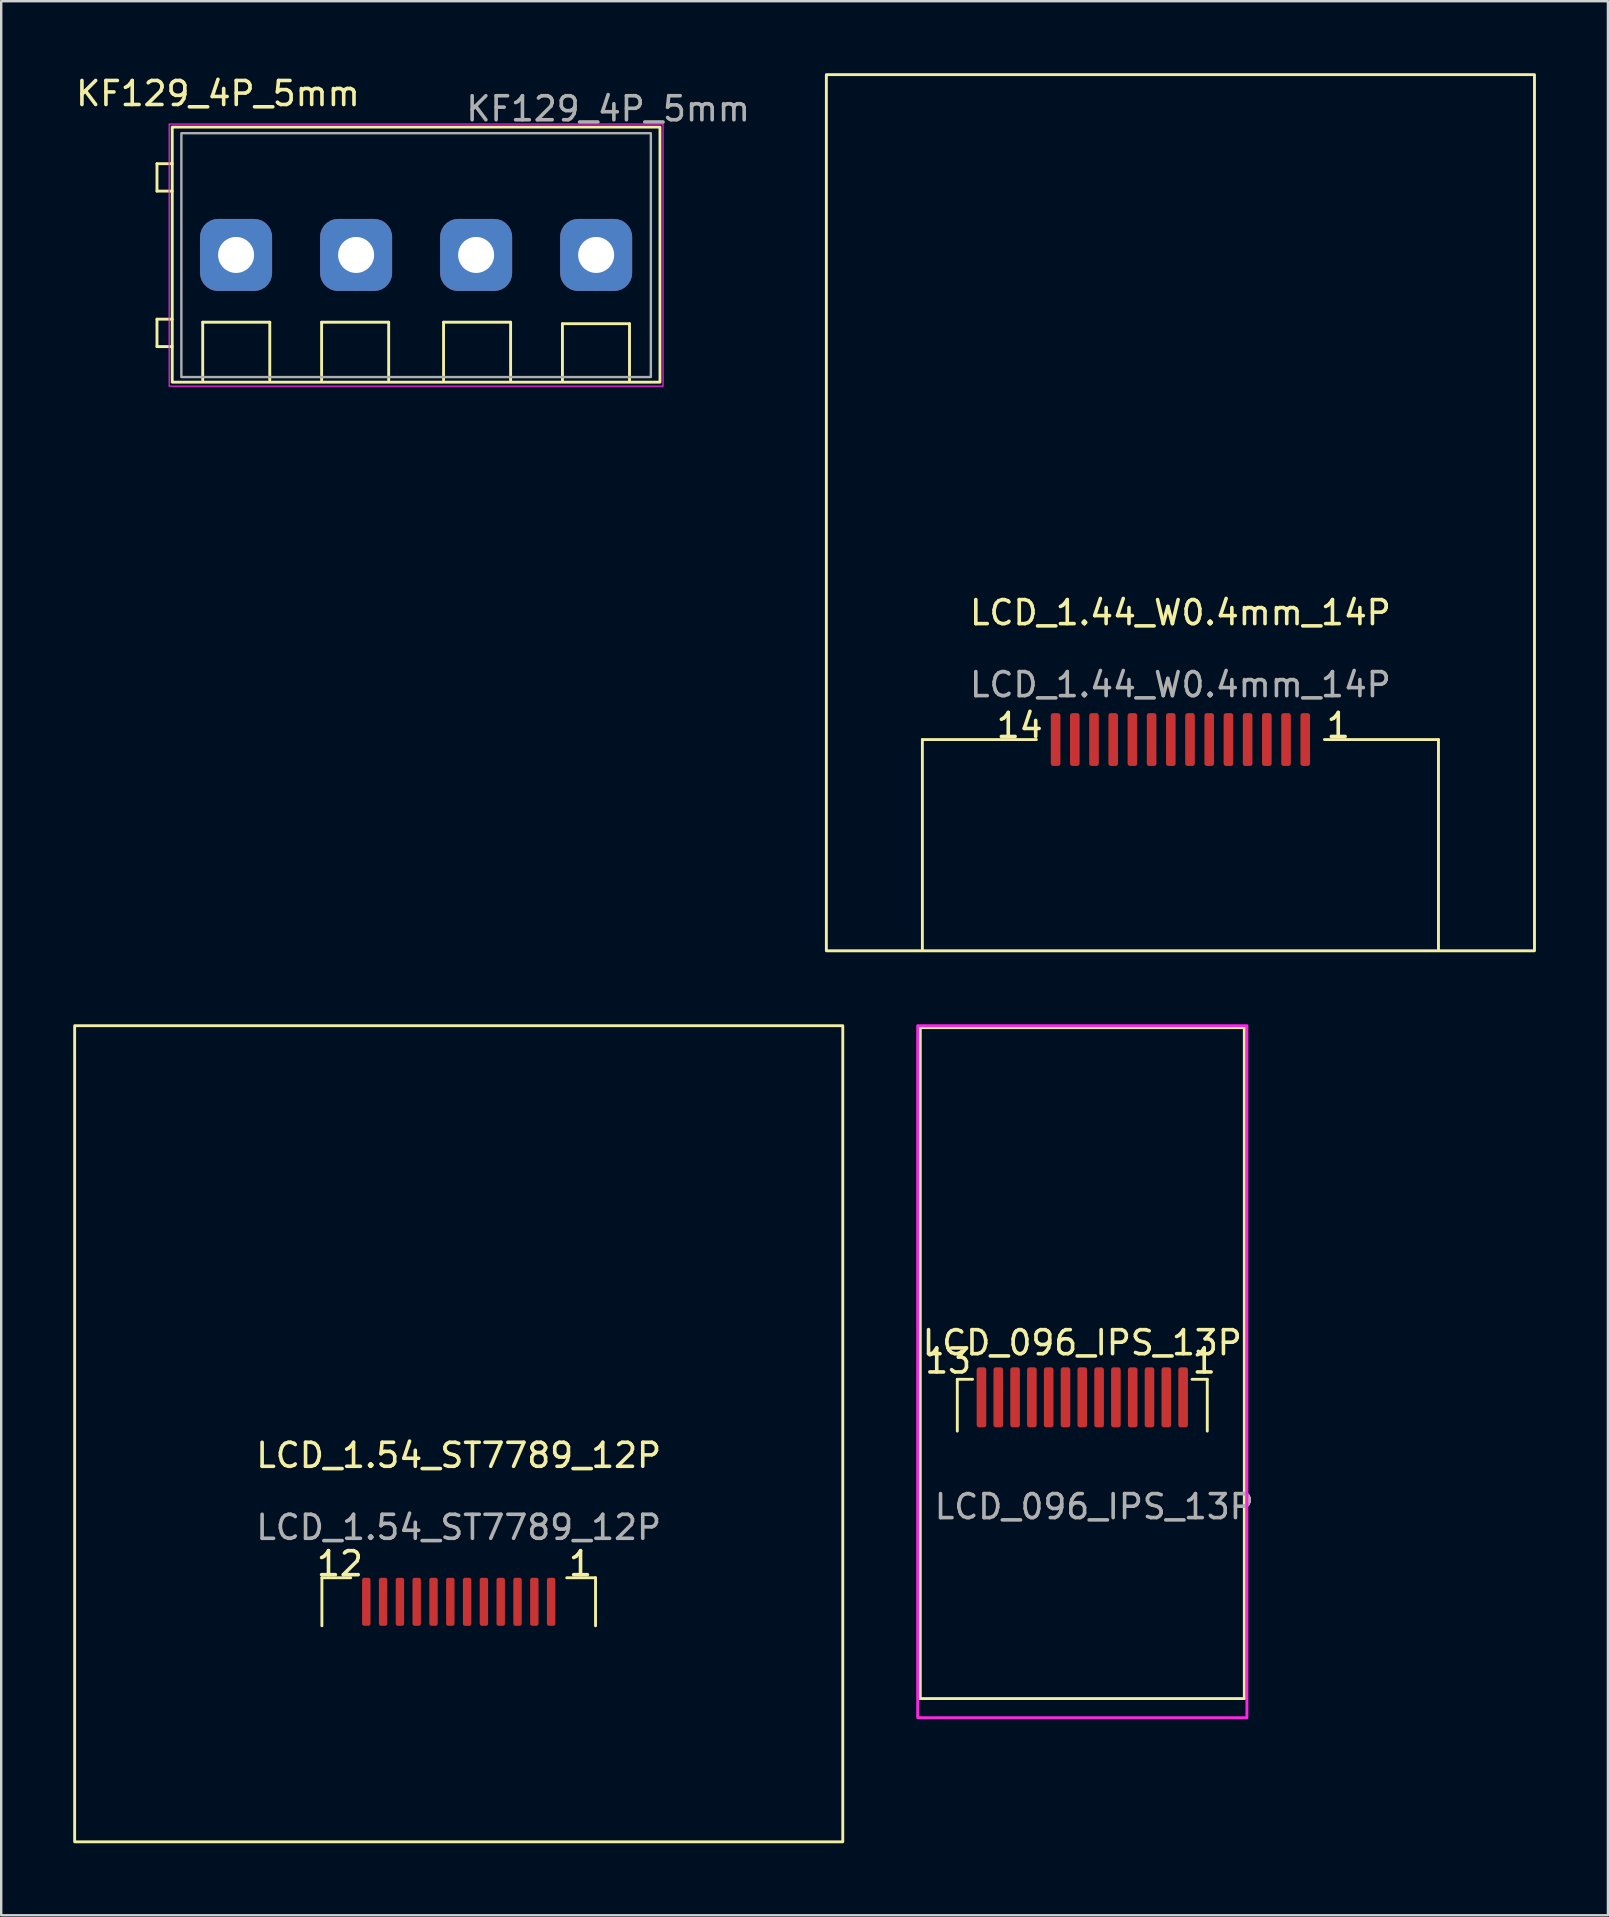
<source format=kicad_pcb>
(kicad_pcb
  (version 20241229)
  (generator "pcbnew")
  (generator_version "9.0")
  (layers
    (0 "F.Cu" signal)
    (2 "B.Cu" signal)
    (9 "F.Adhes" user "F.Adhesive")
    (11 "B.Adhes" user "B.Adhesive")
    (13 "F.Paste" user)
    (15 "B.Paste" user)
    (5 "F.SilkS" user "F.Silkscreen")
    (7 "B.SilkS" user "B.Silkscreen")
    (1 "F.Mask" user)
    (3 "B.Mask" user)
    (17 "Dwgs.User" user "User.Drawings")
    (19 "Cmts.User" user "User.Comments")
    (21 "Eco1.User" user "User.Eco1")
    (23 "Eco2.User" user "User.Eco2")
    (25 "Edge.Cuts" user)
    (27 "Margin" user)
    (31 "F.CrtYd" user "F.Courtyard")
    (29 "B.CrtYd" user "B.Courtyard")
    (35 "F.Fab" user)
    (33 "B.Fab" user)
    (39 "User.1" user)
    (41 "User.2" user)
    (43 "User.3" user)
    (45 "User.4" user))
  (footprint "LCD_1.54_ST7789_12P"
    (layer "F.Cu")
    (at 16.06 62.68)
    (property "Reference" "LCD_1.54_ST7789_12P" (at 0 -5.1 0) (unlocked yes) (layer "F.SilkS") (effects (font (size 1 1) (thickness 0.15))))
    (attr smd)
    (fp_line (start -5.7 0) (end -5.7 2) (stroke (width 0.12) (type default)) (layer "F.SilkS"))
    (fp_line (start -5.7 0) (end -4.5 0) (stroke (width 0.12) (type default)) (layer "F.SilkS"))
    (fp_line (start 5.7 0) (end 4.5 0) (stroke (width 0.12) (type default)) (layer "F.SilkS"))
    (fp_line (start 5.7 0) (end 5.7 2) (stroke (width 0.12) (type default)) (layer "F.SilkS"))
    (fp_rect (start -16 -23) (end 16 11) (stroke (width 0.12) (type default)) (fill no) (layer "F.SilkS"))
    (fp_text user "12" (at -6 0 0) (unlocked yes) (layer "F.SilkS") (effects (font (size 1 1) (thickness 0.15)) (justify left bottom)))
    (fp_text user "1" (at 4.5 0 0) (unlocked yes) (layer "F.SilkS") (effects (font (size 1 1) (thickness 0.15)) (justify left bottom)))
    (fp_text user "${REFERENCE}" (at 0 -2.1 0) (unlocked yes) (layer "F.Fab") (effects (font (size 1 1) (thickness 0.15))))
    (pad "1" smd roundrect (at 3.85 1 180) (size 0.35 2) (layers "F.Cu" "F.Mask" "F.Paste") (roundrect_rratio 0.25))
    (pad "2" smd roundrect (at 3.15 1 180) (size 0.35 2) (layers "F.Cu" "F.Mask" "F.Paste") (roundrect_rratio 0.25))
    (pad "3" smd roundrect (at 2.45 1 180) (size 0.35 2) (layers "F.Cu" "F.Mask" "F.Paste") (roundrect_rratio 0.25))
    (pad "4" smd roundrect (at 1.75 1 180) (size 0.35 2) (layers "F.Cu" "F.Mask" "F.Paste") (roundrect_rratio 0.25))
    (pad "5" smd roundrect (at 1.05 1 180) (size 0.35 2) (layers "F.Cu" "F.Mask" "F.Paste") (roundrect_rratio 0.25))
    (pad "6" smd roundrect (at 0.35 1 180) (size 0.35 2) (layers "F.Cu" "F.Mask" "F.Paste") (roundrect_rratio 0.25))
    (pad "7" smd roundrect (at -0.35 1 180) (size 0.35 2) (layers "F.Cu" "F.Mask" "F.Paste") (roundrect_rratio 0.25))
    (pad "8" smd roundrect (at -1.05 1 180) (size 0.35 2) (layers "F.Cu" "F.Mask" "F.Paste") (roundrect_rratio 0.25))
    (pad "9" smd roundrect (at -1.75 1 180) (size 0.35 2) (layers "F.Cu" "F.Mask" "F.Paste") (roundrect_rratio 0.25))
    (pad "10" smd roundrect (at -2.45 1 180) (size 0.35 2) (layers "F.Cu" "F.Mask" "F.Paste") (roundrect_rratio 0.25))
    (pad "11" smd roundrect (at -3.15 1 180) (size 0.35 2) (layers "F.Cu" "F.Mask" "F.Paste") (roundrect_rratio 0.25))
    (pad "12" smd roundrect (at -3.85 1 180) (size 0.35 2) (layers "F.Cu" "F.Mask" "F.Paste") (roundrect_rratio 0.25)))
  (footprint "KF129_4P_5mm"
    (layer "F.Cu")
    (at 14.285 7.071)
    (property "Reference" "KF129_4P_5mm" (at -8.255 -6.223 0) (unlocked yes) (layer "F.SilkS") (effects (font (size 1 1) (thickness 0.15))))
    (attr through_hole)
    (fp_line (start -10.795 -3.302) (end -10.795 -2.159) (stroke (width 0.12) (type solid)) (layer "F.SilkS"))
    (fp_line (start -10.795 -2.159) (end -10.16 -2.159) (stroke (width 0.12) (type solid)) (layer "F.SilkS"))
    (fp_line (start -10.795 3.175) (end -10.795 4.318) (stroke (width 0.12) (type solid)) (layer "F.SilkS"))
    (fp_line (start -10.795 4.318) (end -10.16 4.318) (stroke (width 0.12) (type solid)) (layer "F.SilkS"))
    (fp_line (start -10.16 -3.302) (end -10.795 -3.302) (stroke (width 0.12) (type solid)) (layer "F.SilkS"))
    (fp_line (start -10.16 3.175) (end -10.795 3.175) (stroke (width 0.12) (type solid)) (layer "F.SilkS"))
    (fp_line (start -8.89 3.302) (end -6.096 3.302) (stroke (width 0.12) (type solid)) (layer "F.SilkS"))
    (fp_line (start -8.89 5.715) (end -8.89 3.302) (stroke (width 0.12) (type solid)) (layer "F.SilkS"))
    (fp_line (start -6.096 3.302) (end -6.096 5.715) (stroke (width 0.12) (type solid)) (layer "F.SilkS"))
    (fp_line (start -3.937 3.302) (end -1.143 3.302) (stroke (width 0.12) (type solid)) (layer "F.SilkS"))
    (fp_line (start -3.937 5.715) (end -3.937 3.302) (stroke (width 0.12) (type solid)) (layer "F.SilkS"))
    (fp_line (start -1.143 3.302) (end -1.143 5.715) (stroke (width 0.12) (type solid)) (layer "F.SilkS"))
    (fp_line (start 1.143 3.302) (end 3.937 3.302) (stroke (width 0.12) (type solid)) (layer "F.SilkS"))
    (fp_line (start 1.143 5.715) (end 1.143 3.302) (stroke (width 0.12) (type solid)) (layer "F.SilkS"))
    (fp_line (start 3.937 3.302) (end 3.937 5.715) (stroke (width 0.12) (type solid)) (layer "F.SilkS"))
    (fp_line (start 6.096 3.365) (end 8.89 3.365) (stroke (width 0.12) (type solid)) (layer "F.SilkS"))
    (fp_line (start 6.096 5.779) (end 6.096 3.365) (stroke (width 0.12) (type solid)) (layer "F.SilkS"))
    (fp_line (start 8.89 3.365) (end 8.89 5.779) (stroke (width 0.12) (type solid)) (layer "F.SilkS"))
    (fp_rect (start -10.16 -4.826) (end 10.16 5.8) (stroke (width 0.12) (type solid)) (fill no) (layer "F.SilkS"))
    (fp_rect (start -10.287 -4.953) (end 10.287 5.969) (stroke (width 0.05) (type solid)) (fill no) (layer "F.CrtYd"))
    (fp_rect (start -9.779 -4.572) (end 9.779 5.588) (stroke (width 0.1) (type solid)) (fill no) (layer "F.Fab"))
    (fp_text user "${REFERENCE}" (at 8.001 -5.588 0) (unlocked yes) (layer "F.Fab") (effects (font (size 1 1) (thickness 0.15))))
    (pad "1" thru_hole roundrect (at -7.5 0.5) (size 3 3) (drill 1.5) (layers "*.Cu" "*.Mask") (roundrect_rratio 0.25))
    (pad "2" thru_hole roundrect (at -2.5 0.5) (size 3 3) (drill 1.5) (layers "*.Cu" "*.Mask") (roundrect_rratio 0.25))
    (pad "3" thru_hole roundrect (at 2.5 0.5) (size 3 3) (drill 1.5) (layers "*.Cu" "*.Mask") (roundrect_rratio 0.25))
    (pad "4" thru_hole roundrect (at 7.5 0.5) (size 3 3) (drill 1.5) (layers "*.Cu" "*.Mask") (roundrect_rratio 0.25)))
  (footprint "LCD_096_IPS_13P"
    (layer "F.Cu")
    (at 42.038 54.412)
    (property "Reference" "LCD_096_IPS_13P" (at 0 -1.524 0) (unlocked yes) (layer "F.SilkS") (effects (font (size 1 1) (thickness 0.15))))
    (attr smd)
    (fp_line (start -6.75 -14.65) (end -6.75 13.3) (stroke (width 0.12) (type solid)) (layer "F.SilkS"))
    (fp_line (start -6.75 -14.65) (end 6.75 -14.65) (stroke (width 0.12) (type solid)) (layer "F.SilkS"))
    (fp_line (start -6.75 13.3) (end 6.75 13.3) (stroke (width 0.12) (type solid)) (layer "F.SilkS"))
    (fp_line (start -5.207 0) (end -5.207 2.159) (stroke (width 0.12) (type solid)) (layer "F.SilkS"))
    (fp_line (start -4.572 0) (end -5.207 0) (stroke (width 0.12) (type solid)) (layer "F.SilkS"))
    (fp_line (start 4.572 0) (end 5.207 0) (stroke (width 0.12) (type solid)) (layer "F.SilkS"))
    (fp_line (start 5.207 0) (end 5.207 2.159) (stroke (width 0.12) (type solid)) (layer "F.SilkS"))
    (fp_line (start 6.75 13.3) (end 6.75 -14.65) (stroke (width 0.12) (type solid)) (layer "F.SilkS"))
    (fp_rect (start -6.858 -14.732) (end 6.858 14.097) (stroke (width 0.12) (type solid)) (fill no) (layer "F.CrtYd"))
    (fp_text user "13" (at -5.588 -0.762 0) (unlocked yes) (layer "F.SilkS") (effects (font (size 1 1) (thickness 0.15))))
    (fp_text user "1" (at 5.08 -0.762 0) (unlocked yes) (layer "F.SilkS") (effects (font (size 1 1) (thickness 0.15))))
    (fp_text user "${REFERENCE}" (at 0.5 5.306 0) (unlocked yes) (layer "F.Fab") (effects (font (size 1 1) (thickness 0.15))))
    (pad "1" smd roundrect (at 4.2 0.75) (size 0.4 2.5) (layers "F.Cu" "F.Mask" "F.Paste") (roundrect_rratio 0.25))
    (pad "2" smd roundrect (at 3.5 0.75) (size 0.4 2.5) (layers "F.Cu" "F.Mask" "F.Paste") (roundrect_rratio 0.25))
    (pad "3" smd roundrect (at 2.8 0.75) (size 0.4 2.5) (layers "F.Cu" "F.Mask" "F.Paste") (roundrect_rratio 0.25))
    (pad "4" smd roundrect (at 2.1 0.75) (size 0.4 2.5) (layers "F.Cu" "F.Mask" "F.Paste") (roundrect_rratio 0.25))
    (pad "5" smd roundrect (at 1.4 0.75) (size 0.4 2.5) (layers "F.Cu" "F.Mask" "F.Paste") (roundrect_rratio 0.25))
    (pad "6" smd roundrect (at 0.7 0.75) (size 0.4 2.5) (layers "F.Cu" "F.Mask" "F.Paste") (roundrect_rratio 0.25))
    (pad "7" smd roundrect (at 0 0.75) (size 0.4 2.5) (layers "F.Cu" "F.Mask" "F.Paste") (roundrect_rratio 0.25))
    (pad "8" smd roundrect (at -0.7 0.75) (size 0.4 2.5) (layers "F.Cu" "F.Mask" "F.Paste") (roundrect_rratio 0.25))
    (pad "9" smd roundrect (at -1.4 0.75) (size 0.4 2.5) (layers "F.Cu" "F.Mask" "F.Paste") (roundrect_rratio 0.25))
    (pad "10" smd roundrect (at -2.1 0.75) (size 0.4 2.5) (layers "F.Cu" "F.Mask" "F.Paste") (roundrect_rratio 0.25))
    (pad "11" smd roundrect (at -2.8 0.75) (size 0.4 2.5) (layers "F.Cu" "F.Mask" "F.Paste") (roundrect_rratio 0.25))
    (pad "12" smd roundrect (at -3.5 0.75) (size 0.4 2.5) (layers "F.Cu" "F.Mask" "F.Paste") (roundrect_rratio 0.25))
    (pad "13" smd roundrect (at -4.2 0.75) (size 0.4 2.5) (layers "F.Cu" "F.Mask" "F.Paste") (roundrect_rratio 0.25)))
  (footprint "LCD_1.44_W0.4mm_14P"
    (layer "F.Cu")
    (at 46.126 27.76)
    (property "Reference" "LCD_1.44_W0.4mm_14P" (at 0 -5.286 0) (unlocked yes) (layer "F.SilkS") (effects (font (size 1 1) (thickness 0.15))))
    (attr smd)
    (fp_line (start -10.75 0) (end -10.75 8.763) (stroke (width 0.12) (type default)) (layer "F.SilkS"))
    (fp_line (start -6 0) (end -10.75 0) (stroke (width 0.12) (type default)) (layer "F.SilkS"))
    (fp_line (start 6 0) (end 10.75 0) (stroke (width 0.12) (type default)) (layer "F.SilkS"))
    (fp_line (start 10.75 0) (end 10.75 8.763) (stroke (width 0.12) (type default)) (layer "F.SilkS"))
    (fp_rect (start -14.75 -27.7) (end 14.75 8.8) (stroke (width 0.12) (type default)) (fill no) (layer "F.SilkS"))
    (fp_text user "14" (at -7.747 0 0) (unlocked yes) (layer "F.SilkS") (effects (font (size 1 1) (thickness 0.15)) (justify left bottom)))
    (fp_text user "1" (at 6 0 0) (unlocked yes) (layer "F.SilkS") (effects (font (size 1 1) (thickness 0.15)) (justify left bottom)))
    (fp_text user "${REFERENCE}" (at 0 -2.286 0) (unlocked yes) (layer "F.Fab") (effects (font (size 1 1) (thickness 0.15))))
    (pad "1" smd roundrect (at 5.2 0) (size 0.4 2.2) (layers "F.Cu" "F.Mask" "F.Paste") (roundrect_rratio 0.25))
    (pad "2" smd roundrect (at 4.4 0) (size 0.4 2.2) (layers "F.Cu" "F.Mask" "F.Paste") (roundrect_rratio 0.25))
    (pad "3" smd roundrect (at 3.6 0) (size 0.4 2.2) (layers "F.Cu" "F.Mask" "F.Paste") (roundrect_rratio 0.25))
    (pad "4" smd roundrect (at 2.8 0) (size 0.4 2.2) (layers "F.Cu" "F.Mask" "F.Paste") (roundrect_rratio 0.25))
    (pad "5" smd roundrect (at 2 0) (size 0.4 2.2) (layers "F.Cu" "F.Mask" "F.Paste") (roundrect_rratio 0.25))
    (pad "6" smd roundrect (at 1.2 0) (size 0.4 2.2) (layers "F.Cu" "F.Mask" "F.Paste") (roundrect_rratio 0.25))
    (pad "7" smd roundrect (at 0.4 0) (size 0.4 2.2) (layers "F.Cu" "F.Mask" "F.Paste") (roundrect_rratio 0.25))
    (pad "8" smd roundrect (at -0.4 0) (size 0.4 2.2) (layers "F.Cu" "F.Mask" "F.Paste") (roundrect_rratio 0.25))
    (pad "9" smd roundrect (at -1.2 0) (size 0.4 2.2) (layers "F.Cu" "F.Mask" "F.Paste") (roundrect_rratio 0.25))
    (pad "10" smd roundrect (at -2 0) (size 0.4 2.2) (layers "F.Cu" "F.Mask" "F.Paste") (roundrect_rratio 0.25))
    (pad "11" smd roundrect (at -2.8 0) (size 0.4 2.2) (layers "F.Cu" "F.Mask" "F.Paste") (roundrect_rratio 0.25))
    (pad "12" smd roundrect (at -3.6 0) (size 0.4 2.2) (layers "F.Cu" "F.Mask" "F.Paste") (roundrect_rratio 0.25))
    (pad "13" smd roundrect (at -4.4 0) (size 0.4 2.2) (layers "F.Cu" "F.Mask" "F.Paste") (roundrect_rratio 0.25))
    (pad "14" smd roundrect (at -5.2 0) (size 0.4 2.2) (layers "F.Cu" "F.Mask" "F.Paste") (roundrect_rratio 0.25)))
  (gr_rect
    (start -3 -3)
    (end 63.936 76.74)
    (stroke (width 0.1) (type default))
    (fill no)
    (layer "Edge.Cuts")))
</source>
